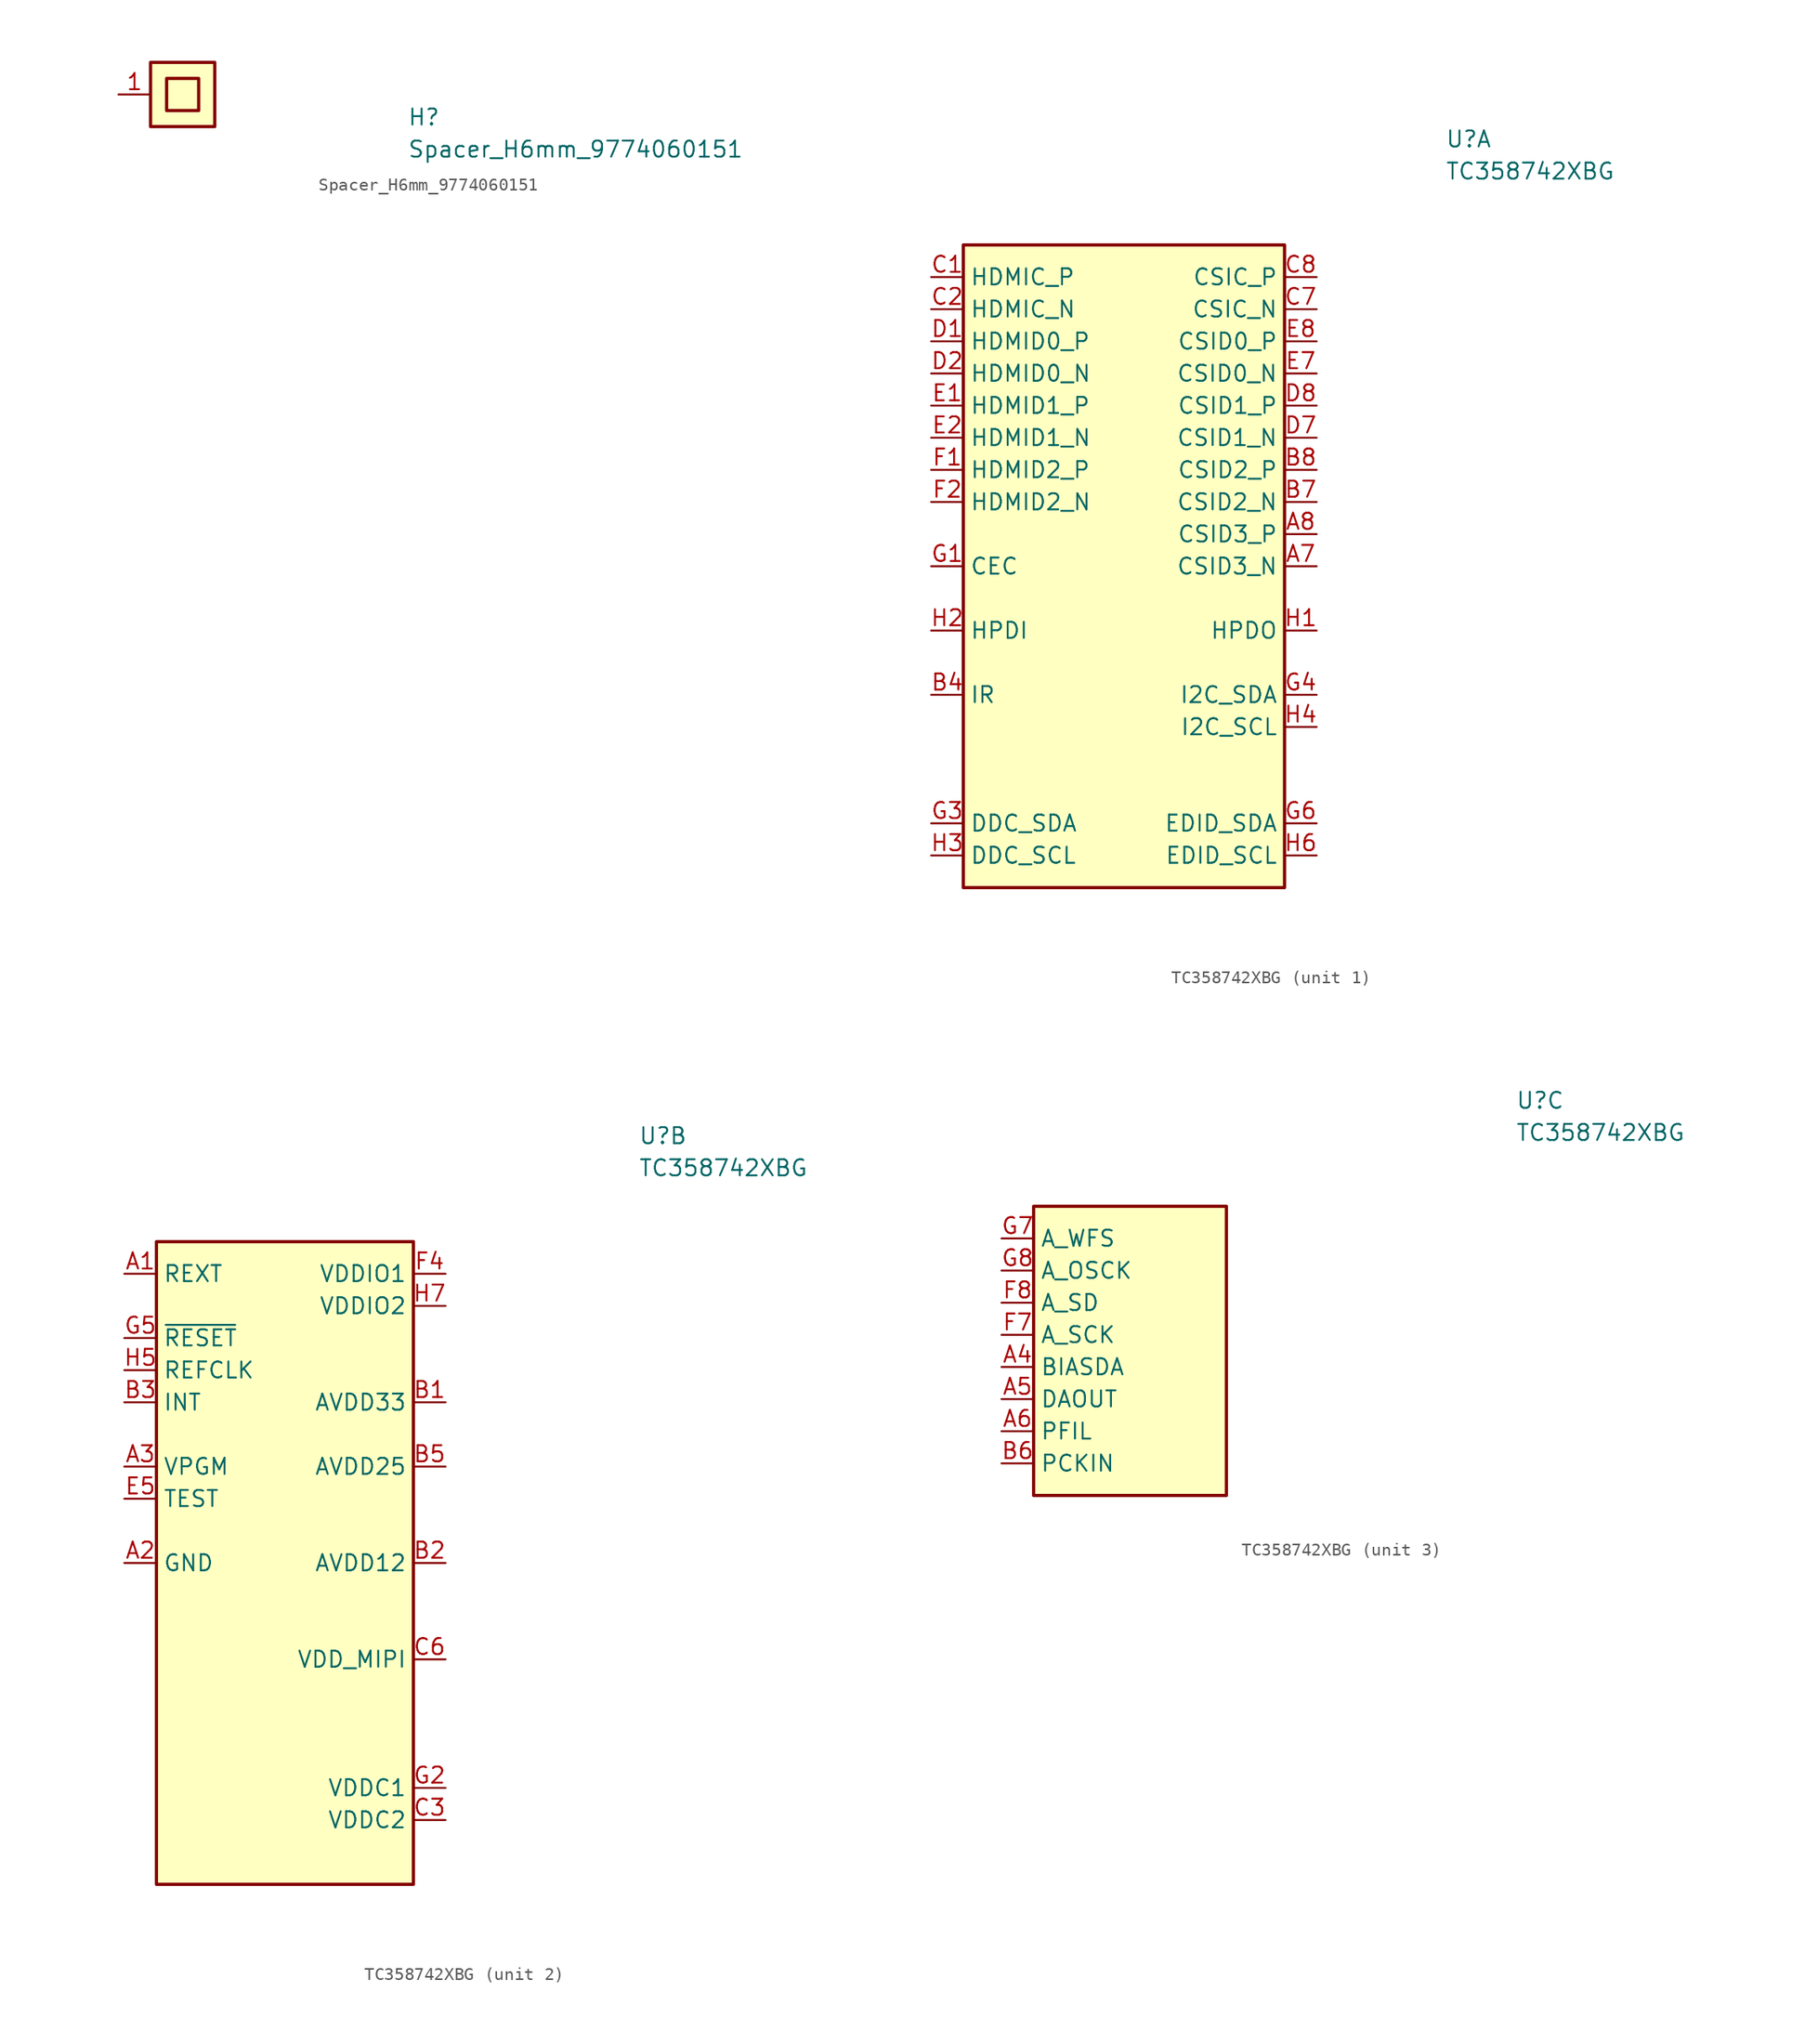
<source format=kicad_sym>
(kicad_symbol_lib
  (version 20211014)
  (generator kicad_symbol_editor)
  (symbol "Spacer_H6mm_9774060151"
    (property "Reference" "H"
      (at 22.86 -2.54 0)
      (effects (font (size 1.27 1.27) (thickness 0.15)) (justify left bottom)))
    (property "Value" "Spacer_H6mm_9774060151"
      (at 22.86 -5.08 0)
      (effects (font (size 1.27 1.27) (thickness 0.15)) (justify left bottom)))
    (symbol "Spacer_H6mm_9774060151_1_1"
      (rectangle (start 2.54 -2.54) (end 7.62 2.54) (stroke (width 0.254) (type default) (color 0 0 0 0)) (fill (type background)))
      (rectangle (start 3.81 -1.27) (end 6.35 1.27) (stroke (width 0.254) (type default) (color 0 0 0 0)) (fill (type background)))
      (pin passive line (at 0 0 0) (length 2.54) (name "~" (effects (font (size 1.27 1.27)))) (number "1" (effects (font (size 1.27 1.27)))))))
  (symbol "TC358742XBG"
    (property "Reference" "U"
      (at 40.64 10.16 0)
      (effects (font (size 1.27 1.27) (thickness 0.15)) (justify left bottom)))
    (property "Value" "TC358742XBG"
      (at 40.64 7.62 0)
      (effects (font (size 1.27 1.27) (thickness 0.15)) (justify left bottom)))
    (property "ki_locked" ""
      (at 0 0 0)
      (effects (font (size 1.27 1.27))))
    (symbol "TC358742XBG_1_1"
      (rectangle (start 2.54 2.54) (end 27.94 -48.26) (stroke (width 0.254) (type default) (color 0 0 0 0)) (fill (type background)))
      (pin output line (at 30.48 -22.86 180) (length 2.54) (name "CSID3_N" (effects (font (size 1.27 1.27)))) (number "A7" (effects (font (size 1.27 1.27)))))
      (pin output line (at 30.48 -20.32 180) (length 2.54) (name "CSID3_P" (effects (font (size 1.27 1.27)))) (number "A8" (effects (font (size 1.27 1.27)))))
      (pin input line (at 0 -33.02 0) (length 2.54) (name "IR" (effects (font (size 1.27 1.27)))) (number "B4" (effects (font (size 1.27 1.27)))))
      (pin output line (at 30.48 -17.78 180) (length 2.54) (name "CSID2_N" (effects (font (size 1.27 1.27)))) (number "B7" (effects (font (size 1.27 1.27)))))
      (pin output line (at 30.48 -15.24 180) (length 2.54) (name "CSID2_P" (effects (font (size 1.27 1.27)))) (number "B8" (effects (font (size 1.27 1.27)))))
      (pin input line (at 0 0 0) (length 2.54) (name "HDMIC_P" (effects (font (size 1.27 1.27)))) (number "C1" (effects (font (size 1.27 1.27)))))
      (pin input line (at 0 -2.54 0) (length 2.54) (name "HDMIC_N" (effects (font (size 1.27 1.27)))) (number "C2" (effects (font (size 1.27 1.27)))))
      (pin output line (at 30.48 -2.54 180) (length 2.54) (name "CSIC_N" (effects (font (size 1.27 1.27)))) (number "C7" (effects (font (size 1.27 1.27)))))
      (pin output line (at 30.48 0 180) (length 2.54) (name "CSIC_P" (effects (font (size 1.27 1.27)))) (number "C8" (effects (font (size 1.27 1.27)))))
      (pin input line (at 0 -5.08 0) (length 2.54) (name "HDMID0_P" (effects (font (size 1.27 1.27)))) (number "D1" (effects (font (size 1.27 1.27)))))
      (pin input line (at 0 -7.62 0) (length 2.54) (name "HDMID0_N" (effects (font (size 1.27 1.27)))) (number "D2" (effects (font (size 1.27 1.27)))))
      (pin output line (at 30.48 -12.7 180) (length 2.54) (name "CSID1_N" (effects (font (size 1.27 1.27)))) (number "D7" (effects (font (size 1.27 1.27)))))
      (pin output line (at 30.48 -10.16 180) (length 2.54) (name "CSID1_P" (effects (font (size 1.27 1.27)))) (number "D8" (effects (font (size 1.27 1.27)))))
      (pin input line (at 0 -10.16 0) (length 2.54) (name "HDMID1_P" (effects (font (size 1.27 1.27)))) (number "E1" (effects (font (size 1.27 1.27)))))
      (pin input line (at 0 -12.7 0) (length 2.54) (name "HDMID1_N" (effects (font (size 1.27 1.27)))) (number "E2" (effects (font (size 1.27 1.27)))))
      (pin output line (at 30.48 -7.62 180) (length 2.54) (name "CSID0_N" (effects (font (size 1.27 1.27)))) (number "E7" (effects (font (size 1.27 1.27)))))
      (pin output line (at 30.48 -5.08 180) (length 2.54) (name "CSID0_P" (effects (font (size 1.27 1.27)))) (number "E8" (effects (font (size 1.27 1.27)))))
      (pin input line (at 0 -15.24 0) (length 2.54) (name "HDMID2_P" (effects (font (size 1.27 1.27)))) (number "F1" (effects (font (size 1.27 1.27)))))
      (pin input line (at 0 -17.78 0) (length 2.54) (name "HDMID2_N" (effects (font (size 1.27 1.27)))) (number "F2" (effects (font (size 1.27 1.27)))))
      (pin bidirectional line (at 0 -22.86 0) (length 2.54) (name "CEC" (effects (font (size 1.27 1.27)))) (number "G1" (effects (font (size 1.27 1.27)))))
      (pin bidirectional line (at 0 -43.18 0) (length 2.54) (name "DDC_SDA" (effects (font (size 1.27 1.27)))) (number "G3" (effects (font (size 1.27 1.27)))))
      (pin bidirectional line (at 30.48 -33.02 180) (length 2.54) (name "I2C_SDA" (effects (font (size 1.27 1.27)))) (number "G4" (effects (font (size 1.27 1.27)))))
      (pin bidirectional line (at 30.48 -43.18 180) (length 2.54) (name "EDID_SDA" (effects (font (size 1.27 1.27)))) (number "G6" (effects (font (size 1.27 1.27)))))
      (pin output line (at 30.48 -27.94 180) (length 2.54) (name "HPDO" (effects (font (size 1.27 1.27)))) (number "H1" (effects (font (size 1.27 1.27)))))
      (pin input line (at 0 -27.94 0) (length 2.54) (name "HPDI" (effects (font (size 1.27 1.27)))) (number "H2" (effects (font (size 1.27 1.27)))))
      (pin bidirectional line (at 0 -45.72 0) (length 2.54) (name "DDC_SCL" (effects (font (size 1.27 1.27)))) (number "H3" (effects (font (size 1.27 1.27)))))
      (pin bidirectional line (at 30.48 -35.56 180) (length 2.54) (name "I2C_SCL" (effects (font (size 1.27 1.27)))) (number "H4" (effects (font (size 1.27 1.27)))))
      (pin bidirectional line (at 30.48 -45.72 180) (length 2.54) (name "EDID_SCL" (effects (font (size 1.27 1.27)))) (number "H6" (effects (font (size 1.27 1.27))))))
    (symbol "TC358742XBG_2_1"
      (rectangle (start 2.54 2.54) (end 22.86 -48.26) (stroke (width 0.254) (type default) (color 0 0 0 0)) (fill (type background)))
      (pin input line (at 0 0 0) (length 2.54) (name "REXT" (effects (font (size 1.27 1.27)))) (number "A1" (effects (font (size 1.27 1.27)))))
      (pin power_in line (at 0 -22.86 0) (length 2.54) (name "GND" (effects (font (size 1.27 1.27)))) (number "A2" (effects (font (size 1.27 1.27)))))
      (pin input line (at 0 -15.24 0) (length 2.54) (name "VPGM" (effects (font (size 1.27 1.27)))) (number "A3" (effects (font (size 1.27 1.27)))))
      (pin power_in line (at 25.4 -10.16 180) (length 2.54) (name "AVDD33" (effects (font (size 1.27 1.27)))) (number "B1" (effects (font (size 1.27 1.27)))))
      (pin power_in line (at 25.4 -22.86 180) (length 2.54) (name "AVDD12" (effects (font (size 1.27 1.27)))) (number "B2" (effects (font (size 1.27 1.27)))))
      (pin output line (at 0 -10.16 0) (length 2.54) (name "INT" (effects (font (size 1.27 1.27)))) (number "B3" (effects (font (size 1.27 1.27)))))
      (pin power_in line (at 25.4 -15.24 180) (length 2.54) (name "AVDD25" (effects (font (size 1.27 1.27)))) (number "B5" (effects (font (size 1.27 1.27)))))
      (pin power_in line (at 25.4 -43.18 180) (length 2.54) (name "VDDC2" (effects (font (size 1.27 1.27)))) (number "C3" (effects (font (size 1.27 1.27)))))
      (pin passive line (at 0 -22.86 0) (length 2.54) hide (name "GND" (effects (font (size 1.27 1.27)))) (number "C4" (effects (font (size 1.27 1.27)))))
      (pin passive line (at 0 -22.86 0) (length 2.54) hide (name "GND" (effects (font (size 1.27 1.27)))) (number "C5" (effects (font (size 1.27 1.27)))))
      (pin power_in line (at 25.4 -30.48 180) (length 2.54) (name "VDD_MIPI" (effects (font (size 1.27 1.27)))) (number "C6" (effects (font (size 1.27 1.27)))))
      (pin passive line (at 25.4 -22.86 180) (length 2.54) hide (name "AVDD12" (effects (font (size 1.27 1.27)))) (number "D3" (effects (font (size 1.27 1.27)))))
      (pin passive line (at 0 -22.86 0) (length 2.54) hide (name "GND" (effects (font (size 1.27 1.27)))) (number "D4" (effects (font (size 1.27 1.27)))))
      (pin passive line (at 0 -22.86 0) (length 2.54) hide (name "GND" (effects (font (size 1.27 1.27)))) (number "D5" (effects (font (size 1.27 1.27)))))
      (pin passive line (at 0 -22.86 0) (length 2.54) hide (name "GND" (effects (font (size 1.27 1.27)))) (number "D6" (effects (font (size 1.27 1.27)))))
      (pin passive line (at 0 -22.86 0) (length 2.54) hide (name "GND" (effects (font (size 1.27 1.27)))) (number "E3" (effects (font (size 1.27 1.27)))))
      (pin passive line (at 0 -22.86 0) (length 2.54) hide (name "GND" (effects (font (size 1.27 1.27)))) (number "E4" (effects (font (size 1.27 1.27)))))
      (pin input line (at 0 -17.78 0) (length 2.54) (name "TEST" (effects (font (size 1.27 1.27)))) (number "E5" (effects (font (size 1.27 1.27)))))
      (pin passive line (at 0 -22.86 0) (length 2.54) hide (name "GND" (effects (font (size 1.27 1.27)))) (number "E6" (effects (font (size 1.27 1.27)))))
      (pin passive line (at 25.4 -10.16 180) (length 2.54) hide (name "AVDD33" (effects (font (size 1.27 1.27)))) (number "F3" (effects (font (size 1.27 1.27)))))
      (pin power_in line (at 25.4 0 180) (length 2.54) (name "VDDIO1" (effects (font (size 1.27 1.27)))) (number "F4" (effects (font (size 1.27 1.27)))))
      (pin passive line (at 25.4 -43.18 180) (length 2.54) hide (name "VDDC2" (effects (font (size 1.27 1.27)))) (number "F5" (effects (font (size 1.27 1.27)))))
      (pin passive line (at 25.4 -30.48 180) (length 2.54) hide (name "VDD_MIPI" (effects (font (size 1.27 1.27)))) (number "F6" (effects (font (size 1.27 1.27)))))
      (pin power_in line (at 25.4 -40.64 180) (length 2.54) (name "VDDC1" (effects (font (size 1.27 1.27)))) (number "G2" (effects (font (size 1.27 1.27)))))
      (pin input line (at 0 -5.08 0) (length 2.54) (name "~{RESET}" (effects (font (size 1.27 1.27)))) (number "G5" (effects (font (size 1.27 1.27)))))
      (pin input line (at 0 -7.62 0) (length 2.54) (name "REFCLK" (effects (font (size 1.27 1.27)))) (number "H5" (effects (font (size 1.27 1.27)))))
      (pin power_in line (at 25.4 -2.54 180) (length 2.54) (name "VDDIO2" (effects (font (size 1.27 1.27)))) (number "H7" (effects (font (size 1.27 1.27)))))
      (pin passive line (at 0 -22.86 0) (length 2.54) hide (name "GND" (effects (font (size 1.27 1.27)))) (number "H8" (effects (font (size 1.27 1.27))))))
    (symbol "TC358742XBG_3_1"
      (rectangle (start 2.54 2.54) (end 17.78 -20.32) (stroke (width 0.254) (type default) (color 0 0 0 0)) (fill (type background)))
      (pin output line (at 0 -10.16 0) (length 2.54) (name "BIASDA" (effects (font (size 1.27 1.27)))) (number "A4" (effects (font (size 1.27 1.27)))))
      (pin output line (at 0 -12.7 0) (length 2.54) (name "DAOUT" (effects (font (size 1.27 1.27)))) (number "A5" (effects (font (size 1.27 1.27)))))
      (pin output line (at 0 -15.24 0) (length 2.54) (name "PFIL" (effects (font (size 1.27 1.27)))) (number "A6" (effects (font (size 1.27 1.27)))))
      (pin input line (at 0 -17.78 0) (length 2.54) (name "PCKIN" (effects (font (size 1.27 1.27)))) (number "B6" (effects (font (size 1.27 1.27)))))
      (pin output line (at 0 -7.62 0) (length 2.54) (name "A_SCK" (effects (font (size 1.27 1.27)))) (number "F7" (effects (font (size 1.27 1.27)))))
      (pin output line (at 0 -5.08 0) (length 2.54) (name "A_SD" (effects (font (size 1.27 1.27)))) (number "F8" (effects (font (size 1.27 1.27)))))
      (pin output line (at 0 0 0) (length 2.54) (name "A_WFS" (effects (font (size 1.27 1.27)))) (number "G7" (effects (font (size 1.27 1.27)))))
      (pin output line (at 0 -2.54 0) (length 2.54) (name "A_OSCK" (effects (font (size 1.27 1.27)))) (number "G8" (effects (font (size 1.27 1.27))))))))
</source>
